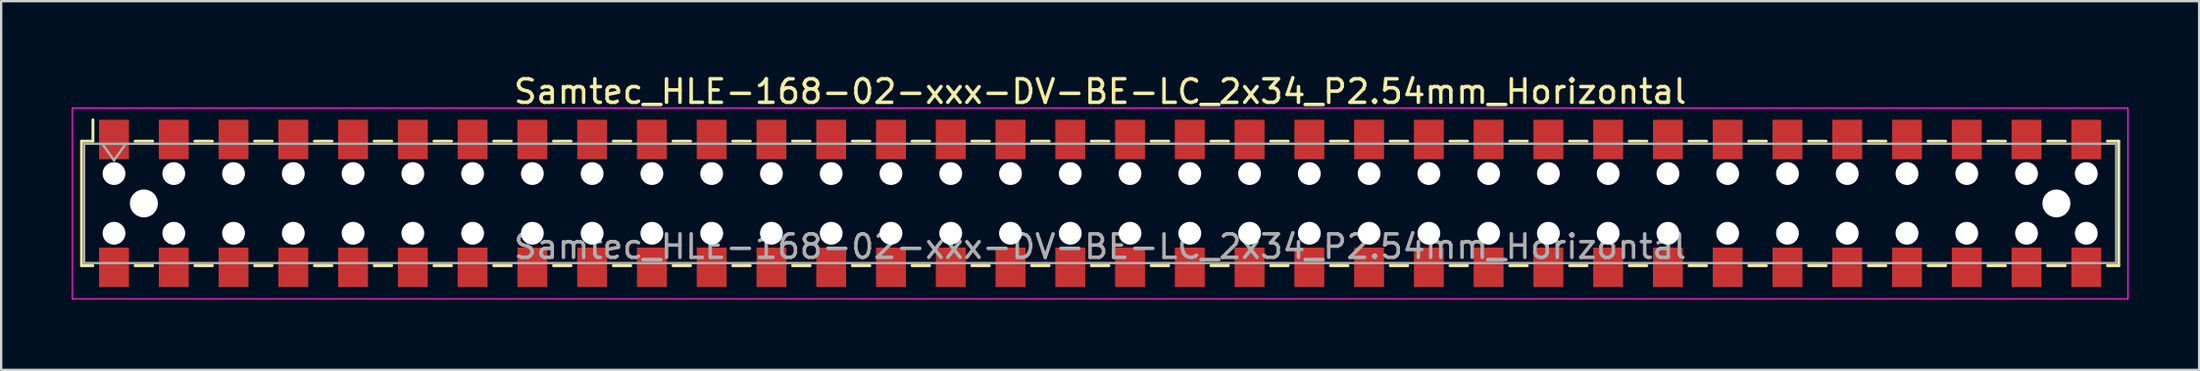
<source format=kicad_pcb>
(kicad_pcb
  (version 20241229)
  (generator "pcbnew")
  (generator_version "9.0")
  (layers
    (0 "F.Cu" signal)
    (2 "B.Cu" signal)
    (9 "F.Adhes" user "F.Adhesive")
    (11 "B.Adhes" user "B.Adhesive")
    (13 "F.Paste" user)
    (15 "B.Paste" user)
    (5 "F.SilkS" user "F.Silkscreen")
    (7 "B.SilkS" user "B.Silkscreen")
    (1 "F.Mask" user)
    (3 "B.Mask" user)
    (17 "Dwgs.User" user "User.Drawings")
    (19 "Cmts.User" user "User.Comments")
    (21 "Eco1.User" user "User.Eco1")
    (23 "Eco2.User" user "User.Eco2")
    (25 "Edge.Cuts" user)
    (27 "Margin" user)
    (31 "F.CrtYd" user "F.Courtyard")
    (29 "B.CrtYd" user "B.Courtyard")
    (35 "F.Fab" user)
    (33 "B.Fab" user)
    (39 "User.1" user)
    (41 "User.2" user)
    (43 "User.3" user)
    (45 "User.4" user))
  (footprint "Samtec_HLE-168-02-xxx-DV-BE-LC_2x34_P2.54mm_Horizontal"
    (layer "F.Cu")
    (at 43.705 5.608)
    (property "Reference" "Samtec_HLE-168-02-xxx-DV-BE-LC_2x34_P2.54mm_Horizontal" (at 0 -4.76 0) (layer "F.SilkS") (effects (font (size 1 1) (thickness 0.15))))
    (attr smd)
    (fp_line (start -43.29 -2.65) (end -43.29 2.65) (stroke (width 0.12) (type solid)) (layer "F.SilkS"))
    (fp_line (start -43.29 2.65) (end -42.805 2.65) (stroke (width 0.12) (type solid)) (layer "F.SilkS"))
    (fp_line (start -42.805 -3.56) (end -42.805 -2.65) (stroke (width 0.12) (type solid)) (layer "F.SilkS"))
    (fp_line (start -42.805 -2.65) (end -43.29 -2.65) (stroke (width 0.12) (type solid)) (layer "F.SilkS"))
    (fp_line (start -41.015 -2.65) (end -40.265 -2.65) (stroke (width 0.12) (type solid)) (layer "F.SilkS"))
    (fp_line (start -41.015 2.65) (end -40.265 2.65) (stroke (width 0.12) (type solid)) (layer "F.SilkS"))
    (fp_line (start -38.475 -2.65) (end -37.725 -2.65) (stroke (width 0.12) (type solid)) (layer "F.SilkS"))
    (fp_line (start -38.475 2.65) (end -37.725 2.65) (stroke (width 0.12) (type solid)) (layer "F.SilkS"))
    (fp_line (start -35.935 -2.65) (end -35.185 -2.65) (stroke (width 0.12) (type solid)) (layer "F.SilkS"))
    (fp_line (start -35.935 2.65) (end -35.185 2.65) (stroke (width 0.12) (type solid)) (layer "F.SilkS"))
    (fp_line (start -33.395 -2.65) (end -32.645 -2.65) (stroke (width 0.12) (type solid)) (layer "F.SilkS"))
    (fp_line (start -33.395 2.65) (end -32.645 2.65) (stroke (width 0.12) (type solid)) (layer "F.SilkS"))
    (fp_line (start -30.855 -2.65) (end -30.105 -2.65) (stroke (width 0.12) (type solid)) (layer "F.SilkS"))
    (fp_line (start -30.855 2.65) (end -30.105 2.65) (stroke (width 0.12) (type solid)) (layer "F.SilkS"))
    (fp_line (start -28.315 -2.65) (end -27.565 -2.65) (stroke (width 0.12) (type solid)) (layer "F.SilkS"))
    (fp_line (start -28.315 2.65) (end -27.565 2.65) (stroke (width 0.12) (type solid)) (layer "F.SilkS"))
    (fp_line (start -25.775 -2.65) (end -25.025 -2.65) (stroke (width 0.12) (type solid)) (layer "F.SilkS"))
    (fp_line (start -25.775 2.65) (end -25.025 2.65) (stroke (width 0.12) (type solid)) (layer "F.SilkS"))
    (fp_line (start -23.235 -2.65) (end -22.485 -2.65) (stroke (width 0.12) (type solid)) (layer "F.SilkS"))
    (fp_line (start -23.235 2.65) (end -22.485 2.65) (stroke (width 0.12) (type solid)) (layer "F.SilkS"))
    (fp_line (start -20.695 -2.65) (end -19.945 -2.65) (stroke (width 0.12) (type solid)) (layer "F.SilkS"))
    (fp_line (start -20.695 2.65) (end -19.945 2.65) (stroke (width 0.12) (type solid)) (layer "F.SilkS"))
    (fp_line (start -18.155 -2.65) (end -17.405 -2.65) (stroke (width 0.12) (type solid)) (layer "F.SilkS"))
    (fp_line (start -18.155 2.65) (end -17.405 2.65) (stroke (width 0.12) (type solid)) (layer "F.SilkS"))
    (fp_line (start -15.615 -2.65) (end -14.865 -2.65) (stroke (width 0.12) (type solid)) (layer "F.SilkS"))
    (fp_line (start -15.615 2.65) (end -14.865 2.65) (stroke (width 0.12) (type solid)) (layer "F.SilkS"))
    (fp_line (start -13.075 -2.65) (end -12.325 -2.65) (stroke (width 0.12) (type solid)) (layer "F.SilkS"))
    (fp_line (start -13.075 2.65) (end -12.325 2.65) (stroke (width 0.12) (type solid)) (layer "F.SilkS"))
    (fp_line (start -10.535 -2.65) (end -9.785 -2.65) (stroke (width 0.12) (type solid)) (layer "F.SilkS"))
    (fp_line (start -10.535 2.65) (end -9.785 2.65) (stroke (width 0.12) (type solid)) (layer "F.SilkS"))
    (fp_line (start -7.995 -2.65) (end -7.245 -2.65) (stroke (width 0.12) (type solid)) (layer "F.SilkS"))
    (fp_line (start -7.995 2.65) (end -7.245 2.65) (stroke (width 0.12) (type solid)) (layer "F.SilkS"))
    (fp_line (start -5.455 -2.65) (end -4.705 -2.65) (stroke (width 0.12) (type solid)) (layer "F.SilkS"))
    (fp_line (start -5.455 2.65) (end -4.705 2.65) (stroke (width 0.12) (type solid)) (layer "F.SilkS"))
    (fp_line (start -2.915 -2.65) (end -2.165 -2.65) (stroke (width 0.12) (type solid)) (layer "F.SilkS"))
    (fp_line (start -2.915 2.65) (end -2.165 2.65) (stroke (width 0.12) (type solid)) (layer "F.SilkS"))
    (fp_line (start -0.375 -2.65) (end 0.375 -2.65) (stroke (width 0.12) (type solid)) (layer "F.SilkS"))
    (fp_line (start -0.375 2.65) (end 0.375 2.65) (stroke (width 0.12) (type solid)) (layer "F.SilkS"))
    (fp_line (start 2.165 -2.65) (end 2.915 -2.65) (stroke (width 0.12) (type solid)) (layer "F.SilkS"))
    (fp_line (start 2.165 2.65) (end 2.915 2.65) (stroke (width 0.12) (type solid)) (layer "F.SilkS"))
    (fp_line (start 4.705 -2.65) (end 5.455 -2.65) (stroke (width 0.12) (type solid)) (layer "F.SilkS"))
    (fp_line (start 4.705 2.65) (end 5.455 2.65) (stroke (width 0.12) (type solid)) (layer "F.SilkS"))
    (fp_line (start 7.245 -2.65) (end 7.995 -2.65) (stroke (width 0.12) (type solid)) (layer "F.SilkS"))
    (fp_line (start 7.245 2.65) (end 7.995 2.65) (stroke (width 0.12) (type solid)) (layer "F.SilkS"))
    (fp_line (start 9.785 -2.65) (end 10.535 -2.65) (stroke (width 0.12) (type solid)) (layer "F.SilkS"))
    (fp_line (start 9.785 2.65) (end 10.535 2.65) (stroke (width 0.12) (type solid)) (layer "F.SilkS"))
    (fp_line (start 12.325 -2.65) (end 13.075 -2.65) (stroke (width 0.12) (type solid)) (layer "F.SilkS"))
    (fp_line (start 12.325 2.65) (end 13.075 2.65) (stroke (width 0.12) (type solid)) (layer "F.SilkS"))
    (fp_line (start 14.865 -2.65) (end 15.615 -2.65) (stroke (width 0.12) (type solid)) (layer "F.SilkS"))
    (fp_line (start 14.865 2.65) (end 15.615 2.65) (stroke (width 0.12) (type solid)) (layer "F.SilkS"))
    (fp_line (start 17.405 -2.65) (end 18.155 -2.65) (stroke (width 0.12) (type solid)) (layer "F.SilkS"))
    (fp_line (start 17.405 2.65) (end 18.155 2.65) (stroke (width 0.12) (type solid)) (layer "F.SilkS"))
    (fp_line (start 19.945 -2.65) (end 20.695 -2.65) (stroke (width 0.12) (type solid)) (layer "F.SilkS"))
    (fp_line (start 19.945 2.65) (end 20.695 2.65) (stroke (width 0.12) (type solid)) (layer "F.SilkS"))
    (fp_line (start 22.485 -2.65) (end 23.235 -2.65) (stroke (width 0.12) (type solid)) (layer "F.SilkS"))
    (fp_line (start 22.485 2.65) (end 23.235 2.65) (stroke (width 0.12) (type solid)) (layer "F.SilkS"))
    (fp_line (start 25.025 -2.65) (end 25.775 -2.65) (stroke (width 0.12) (type solid)) (layer "F.SilkS"))
    (fp_line (start 25.025 2.65) (end 25.775 2.65) (stroke (width 0.12) (type solid)) (layer "F.SilkS"))
    (fp_line (start 27.565 -2.65) (end 28.315 -2.65) (stroke (width 0.12) (type solid)) (layer "F.SilkS"))
    (fp_line (start 27.565 2.65) (end 28.315 2.65) (stroke (width 0.12) (type solid)) (layer "F.SilkS"))
    (fp_line (start 30.105 -2.65) (end 30.855 -2.65) (stroke (width 0.12) (type solid)) (layer "F.SilkS"))
    (fp_line (start 30.105 2.65) (end 30.855 2.65) (stroke (width 0.12) (type solid)) (layer "F.SilkS"))
    (fp_line (start 32.645 -2.65) (end 33.395 -2.65) (stroke (width 0.12) (type solid)) (layer "F.SilkS"))
    (fp_line (start 32.645 2.65) (end 33.395 2.65) (stroke (width 0.12) (type solid)) (layer "F.SilkS"))
    (fp_line (start 35.185 -2.65) (end 35.935 -2.65) (stroke (width 0.12) (type solid)) (layer "F.SilkS"))
    (fp_line (start 35.185 2.65) (end 35.935 2.65) (stroke (width 0.12) (type solid)) (layer "F.SilkS"))
    (fp_line (start 37.725 -2.65) (end 38.475 -2.65) (stroke (width 0.12) (type solid)) (layer "F.SilkS"))
    (fp_line (start 37.725 2.65) (end 38.475 2.65) (stroke (width 0.12) (type solid)) (layer "F.SilkS"))
    (fp_line (start 40.265 -2.65) (end 41.015 -2.65) (stroke (width 0.12) (type solid)) (layer "F.SilkS"))
    (fp_line (start 40.265 2.65) (end 41.015 2.65) (stroke (width 0.12) (type solid)) (layer "F.SilkS"))
    (fp_line (start 42.805 -2.65) (end 43.29 -2.65) (stroke (width 0.12) (type solid)) (layer "F.SilkS"))
    (fp_line (start 43.29 -2.65) (end 43.29 2.65) (stroke (width 0.12) (type solid)) (layer "F.SilkS"))
    (fp_line (start 43.29 2.65) (end 42.805 2.65) (stroke (width 0.12) (type solid)) (layer "F.SilkS"))
    (fp_line (start -43.68 -4.06) (end 43.68 -4.06) (stroke (width 0.05) (type solid)) (layer "F.CrtYd"))
    (fp_line (start -43.68 4.06) (end -43.68 -4.06) (stroke (width 0.05) (type solid)) (layer "F.CrtYd"))
    (fp_line (start 43.68 -4.06) (end 43.68 4.06) (stroke (width 0.05) (type solid)) (layer "F.CrtYd"))
    (fp_line (start 43.68 4.06) (end -43.68 4.06) (stroke (width 0.05) (type solid)) (layer "F.CrtYd"))
    (fp_line (start -43.18 -2.54) (end 43.18 -2.54) (stroke (width 0.1) (type solid)) (layer "F.Fab"))
    (fp_line (start -43.18 2.54) (end -43.18 -2.54) (stroke (width 0.1) (type solid)) (layer "F.Fab"))
    (fp_line (start -42.41 -2.54) (end -41.91 -1.833) (stroke (width 0.1) (type solid)) (layer "F.Fab"))
    (fp_line (start -41.91 -1.833) (end -41.41 -2.54) (stroke (width 0.1) (type solid)) (layer "F.Fab"))
    (fp_line (start 43.18 -2.54) (end 43.18 2.54) (stroke (width 0.1) (type solid)) (layer "F.Fab"))
    (fp_line (start 43.18 2.54) (end -43.18 2.54) (stroke (width 0.1) (type solid)) (layer "F.Fab"))
    (fp_text user "${REFERENCE}" (at 0 1.84 0) (layer "F.Fab") (effects (font (size 1 1) (thickness 0.15))))
    (pad "" np_thru_hole circle (at -41.91 -1.27) (size 0.97 0.97) (drill 0.97) (layers "*.Cu" "*.Mask"))
    (pad "" np_thru_hole circle (at -41.91 1.27) (size 0.97 0.97) (drill 0.97) (layers "*.Cu" "*.Mask"))
    (pad "" np_thru_hole circle (at -40.64 0) (size 1.19 1.19) (drill 1.19) (layers "*.Cu" "*.Mask"))
    (pad "" np_thru_hole circle (at -39.37 -1.27) (size 0.97 0.97) (drill 0.97) (layers "*.Cu" "*.Mask"))
    (pad "" np_thru_hole circle (at -39.37 1.27) (size 0.97 0.97) (drill 0.97) (layers "*.Cu" "*.Mask"))
    (pad "" np_thru_hole circle (at -36.83 -1.27) (size 0.97 0.97) (drill 0.97) (layers "*.Cu" "*.Mask"))
    (pad "" np_thru_hole circle (at -36.83 1.27) (size 0.97 0.97) (drill 0.97) (layers "*.Cu" "*.Mask"))
    (pad "" np_thru_hole circle (at -34.29 -1.27) (size 0.97 0.97) (drill 0.97) (layers "*.Cu" "*.Mask"))
    (pad "" np_thru_hole circle (at -34.29 1.27) (size 0.97 0.97) (drill 0.97) (layers "*.Cu" "*.Mask"))
    (pad "" np_thru_hole circle (at -31.75 -1.27) (size 0.97 0.97) (drill 0.97) (layers "*.Cu" "*.Mask"))
    (pad "" np_thru_hole circle (at -31.75 1.27) (size 0.97 0.97) (drill 0.97) (layers "*.Cu" "*.Mask"))
    (pad "" np_thru_hole circle (at -29.21 -1.27) (size 0.97 0.97) (drill 0.97) (layers "*.Cu" "*.Mask"))
    (pad "" np_thru_hole circle (at -29.21 1.27) (size 0.97 0.97) (drill 0.97) (layers "*.Cu" "*.Mask"))
    (pad "" np_thru_hole circle (at -26.67 -1.27) (size 0.97 0.97) (drill 0.97) (layers "*.Cu" "*.Mask"))
    (pad "" np_thru_hole circle (at -26.67 1.27) (size 0.97 0.97) (drill 0.97) (layers "*.Cu" "*.Mask"))
    (pad "" np_thru_hole circle (at -24.13 -1.27) (size 0.97 0.97) (drill 0.97) (layers "*.Cu" "*.Mask"))
    (pad "" np_thru_hole circle (at -24.13 1.27) (size 0.97 0.97) (drill 0.97) (layers "*.Cu" "*.Mask"))
    (pad "" np_thru_hole circle (at -21.59 -1.27) (size 0.97 0.97) (drill 0.97) (layers "*.Cu" "*.Mask"))
    (pad "" np_thru_hole circle (at -21.59 1.27) (size 0.97 0.97) (drill 0.97) (layers "*.Cu" "*.Mask"))
    (pad "" np_thru_hole circle (at -19.05 -1.27) (size 0.97 0.97) (drill 0.97) (layers "*.Cu" "*.Mask"))
    (pad "" np_thru_hole circle (at -19.05 1.27) (size 0.97 0.97) (drill 0.97) (layers "*.Cu" "*.Mask"))
    (pad "" np_thru_hole circle (at -16.51 -1.27) (size 0.97 0.97) (drill 0.97) (layers "*.Cu" "*.Mask"))
    (pad "" np_thru_hole circle (at -16.51 1.27) (size 0.97 0.97) (drill 0.97) (layers "*.Cu" "*.Mask"))
    (pad "" np_thru_hole circle (at -13.97 -1.27) (size 0.97 0.97) (drill 0.97) (layers "*.Cu" "*.Mask"))
    (pad "" np_thru_hole circle (at -13.97 1.27) (size 0.97 0.97) (drill 0.97) (layers "*.Cu" "*.Mask"))
    (pad "" np_thru_hole circle (at -11.43 -1.27) (size 0.97 0.97) (drill 0.97) (layers "*.Cu" "*.Mask"))
    (pad "" np_thru_hole circle (at -11.43 1.27) (size 0.97 0.97) (drill 0.97) (layers "*.Cu" "*.Mask"))
    (pad "" np_thru_hole circle (at -8.89 -1.27) (size 0.97 0.97) (drill 0.97) (layers "*.Cu" "*.Mask"))
    (pad "" np_thru_hole circle (at -8.89 1.27) (size 0.97 0.97) (drill 0.97) (layers "*.Cu" "*.Mask"))
    (pad "" np_thru_hole circle (at -6.35 -1.27) (size 0.97 0.97) (drill 0.97) (layers "*.Cu" "*.Mask"))
    (pad "" np_thru_hole circle (at -6.35 1.27) (size 0.97 0.97) (drill 0.97) (layers "*.Cu" "*.Mask"))
    (pad "" np_thru_hole circle (at -3.81 -1.27) (size 0.97 0.97) (drill 0.97) (layers "*.Cu" "*.Mask"))
    (pad "" np_thru_hole circle (at -3.81 1.27) (size 0.97 0.97) (drill 0.97) (layers "*.Cu" "*.Mask"))
    (pad "" np_thru_hole circle (at -1.27 -1.27) (size 0.97 0.97) (drill 0.97) (layers "*.Cu" "*.Mask"))
    (pad "" np_thru_hole circle (at -1.27 1.27) (size 0.97 0.97) (drill 0.97) (layers "*.Cu" "*.Mask"))
    (pad "" np_thru_hole circle (at 1.27 -1.27) (size 0.97 0.97) (drill 0.97) (layers "*.Cu" "*.Mask"))
    (pad "" np_thru_hole circle (at 1.27 1.27) (size 0.97 0.97) (drill 0.97) (layers "*.Cu" "*.Mask"))
    (pad "" np_thru_hole circle (at 3.81 -1.27) (size 0.97 0.97) (drill 0.97) (layers "*.Cu" "*.Mask"))
    (pad "" np_thru_hole circle (at 3.81 1.27) (size 0.97 0.97) (drill 0.97) (layers "*.Cu" "*.Mask"))
    (pad "" np_thru_hole circle (at 6.35 -1.27) (size 0.97 0.97) (drill 0.97) (layers "*.Cu" "*.Mask"))
    (pad "" np_thru_hole circle (at 6.35 1.27) (size 0.97 0.97) (drill 0.97) (layers "*.Cu" "*.Mask"))
    (pad "" np_thru_hole circle (at 8.89 -1.27) (size 0.97 0.97) (drill 0.97) (layers "*.Cu" "*.Mask"))
    (pad "" np_thru_hole circle (at 8.89 1.27) (size 0.97 0.97) (drill 0.97) (layers "*.Cu" "*.Mask"))
    (pad "" np_thru_hole circle (at 11.43 -1.27) (size 0.97 0.97) (drill 0.97) (layers "*.Cu" "*.Mask"))
    (pad "" np_thru_hole circle (at 11.43 1.27) (size 0.97 0.97) (drill 0.97) (layers "*.Cu" "*.Mask"))
    (pad "" np_thru_hole circle (at 13.97 -1.27) (size 0.97 0.97) (drill 0.97) (layers "*.Cu" "*.Mask"))
    (pad "" np_thru_hole circle (at 13.97 1.27) (size 0.97 0.97) (drill 0.97) (layers "*.Cu" "*.Mask"))
    (pad "" np_thru_hole circle (at 16.51 -1.27) (size 0.97 0.97) (drill 0.97) (layers "*.Cu" "*.Mask"))
    (pad "" np_thru_hole circle (at 16.51 1.27) (size 0.97 0.97) (drill 0.97) (layers "*.Cu" "*.Mask"))
    (pad "" np_thru_hole circle (at 19.05 -1.27) (size 0.97 0.97) (drill 0.97) (layers "*.Cu" "*.Mask"))
    (pad "" np_thru_hole circle (at 19.05 1.27) (size 0.97 0.97) (drill 0.97) (layers "*.Cu" "*.Mask"))
    (pad "" np_thru_hole circle (at 21.59 -1.27) (size 0.97 0.97) (drill 0.97) (layers "*.Cu" "*.Mask"))
    (pad "" np_thru_hole circle (at 21.59 1.27) (size 0.97 0.97) (drill 0.97) (layers "*.Cu" "*.Mask"))
    (pad "" np_thru_hole circle (at 24.13 -1.27) (size 0.97 0.97) (drill 0.97) (layers "*.Cu" "*.Mask"))
    (pad "" np_thru_hole circle (at 24.13 1.27) (size 0.97 0.97) (drill 0.97) (layers "*.Cu" "*.Mask"))
    (pad "" np_thru_hole circle (at 26.67 -1.27) (size 0.97 0.97) (drill 0.97) (layers "*.Cu" "*.Mask"))
    (pad "" np_thru_hole circle (at 26.67 1.27) (size 0.97 0.97) (drill 0.97) (layers "*.Cu" "*.Mask"))
    (pad "" np_thru_hole circle (at 29.21 -1.27) (size 0.97 0.97) (drill 0.97) (layers "*.Cu" "*.Mask"))
    (pad "" np_thru_hole circle (at 29.21 1.27) (size 0.97 0.97) (drill 0.97) (layers "*.Cu" "*.Mask"))
    (pad "" np_thru_hole circle (at 31.75 -1.27) (size 0.97 0.97) (drill 0.97) (layers "*.Cu" "*.Mask"))
    (pad "" np_thru_hole circle (at 31.75 1.27) (size 0.97 0.97) (drill 0.97) (layers "*.Cu" "*.Mask"))
    (pad "" np_thru_hole circle (at 34.29 -1.27) (size 0.97 0.97) (drill 0.97) (layers "*.Cu" "*.Mask"))
    (pad "" np_thru_hole circle (at 34.29 1.27) (size 0.97 0.97) (drill 0.97) (layers "*.Cu" "*.Mask"))
    (pad "" np_thru_hole circle (at 36.83 -1.27) (size 0.97 0.97) (drill 0.97) (layers "*.Cu" "*.Mask"))
    (pad "" np_thru_hole circle (at 36.83 1.27) (size 0.97 0.97) (drill 0.97) (layers "*.Cu" "*.Mask"))
    (pad "" np_thru_hole circle (at 39.37 -1.27) (size 0.97 0.97) (drill 0.97) (layers "*.Cu" "*.Mask"))
    (pad "" np_thru_hole circle (at 39.37 1.27) (size 0.97 0.97) (drill 0.97) (layers "*.Cu" "*.Mask"))
    (pad "" np_thru_hole circle (at 40.64 0) (size 1.19 1.19) (drill 1.19) (layers "*.Cu" "*.Mask"))
    (pad "" np_thru_hole circle (at 41.91 -1.27) (size 0.97 0.97) (drill 0.97) (layers "*.Cu" "*.Mask"))
    (pad "" np_thru_hole circle (at 41.91 1.27) (size 0.97 0.97) (drill 0.97) (layers "*.Cu" "*.Mask"))
    (pad "1" smd rect (at -41.91 -2.72) (size 1.27 1.68) (layers "F.Cu" "F.Mask" "F.Paste"))
    (pad "2" smd rect (at -41.91 2.72) (size 1.27 1.68) (layers "F.Cu" "F.Mask" "F.Paste"))
    (pad "3" smd rect (at -39.37 -2.72) (size 1.27 1.68) (layers "F.Cu" "F.Mask" "F.Paste"))
    (pad "4" smd rect (at -39.37 2.72) (size 1.27 1.68) (layers "F.Cu" "F.Mask" "F.Paste"))
    (pad "5" smd rect (at -36.83 -2.72) (size 1.27 1.68) (layers "F.Cu" "F.Mask" "F.Paste"))
    (pad "6" smd rect (at -36.83 2.72) (size 1.27 1.68) (layers "F.Cu" "F.Mask" "F.Paste"))
    (pad "7" smd rect (at -34.29 -2.72) (size 1.27 1.68) (layers "F.Cu" "F.Mask" "F.Paste"))
    (pad "8" smd rect (at -34.29 2.72) (size 1.27 1.68) (layers "F.Cu" "F.Mask" "F.Paste"))
    (pad "9" smd rect (at -31.75 -2.72) (size 1.27 1.68) (layers "F.Cu" "F.Mask" "F.Paste"))
    (pad "10" smd rect (at -31.75 2.72) (size 1.27 1.68) (layers "F.Cu" "F.Mask" "F.Paste"))
    (pad "11" smd rect (at -29.21 -2.72) (size 1.27 1.68) (layers "F.Cu" "F.Mask" "F.Paste"))
    (pad "12" smd rect (at -29.21 2.72) (size 1.27 1.68) (layers "F.Cu" "F.Mask" "F.Paste"))
    (pad "13" smd rect (at -26.67 -2.72) (size 1.27 1.68) (layers "F.Cu" "F.Mask" "F.Paste"))
    (pad "14" smd rect (at -26.67 2.72) (size 1.27 1.68) (layers "F.Cu" "F.Mask" "F.Paste"))
    (pad "15" smd rect (at -24.13 -2.72) (size 1.27 1.68) (layers "F.Cu" "F.Mask" "F.Paste"))
    (pad "16" smd rect (at -24.13 2.72) (size 1.27 1.68) (layers "F.Cu" "F.Mask" "F.Paste"))
    (pad "17" smd rect (at -21.59 -2.72) (size 1.27 1.68) (layers "F.Cu" "F.Mask" "F.Paste"))
    (pad "18" smd rect (at -21.59 2.72) (size 1.27 1.68) (layers "F.Cu" "F.Mask" "F.Paste"))
    (pad "19" smd rect (at -19.05 -2.72) (size 1.27 1.68) (layers "F.Cu" "F.Mask" "F.Paste"))
    (pad "20" smd rect (at -19.05 2.72) (size 1.27 1.68) (layers "F.Cu" "F.Mask" "F.Paste"))
    (pad "21" smd rect (at -16.51 -2.72) (size 1.27 1.68) (layers "F.Cu" "F.Mask" "F.Paste"))
    (pad "22" smd rect (at -16.51 2.72) (size 1.27 1.68) (layers "F.Cu" "F.Mask" "F.Paste"))
    (pad "23" smd rect (at -13.97 -2.72) (size 1.27 1.68) (layers "F.Cu" "F.Mask" "F.Paste"))
    (pad "24" smd rect (at -13.97 2.72) (size 1.27 1.68) (layers "F.Cu" "F.Mask" "F.Paste"))
    (pad "25" smd rect (at -11.43 -2.72) (size 1.27 1.68) (layers "F.Cu" "F.Mask" "F.Paste"))
    (pad "26" smd rect (at -11.43 2.72) (size 1.27 1.68) (layers "F.Cu" "F.Mask" "F.Paste"))
    (pad "27" smd rect (at -8.89 -2.72) (size 1.27 1.68) (layers "F.Cu" "F.Mask" "F.Paste"))
    (pad "28" smd rect (at -8.89 2.72) (size 1.27 1.68) (layers "F.Cu" "F.Mask" "F.Paste"))
    (pad "29" smd rect (at -6.35 -2.72) (size 1.27 1.68) (layers "F.Cu" "F.Mask" "F.Paste"))
    (pad "30" smd rect (at -6.35 2.72) (size 1.27 1.68) (layers "F.Cu" "F.Mask" "F.Paste"))
    (pad "31" smd rect (at -3.81 -2.72) (size 1.27 1.68) (layers "F.Cu" "F.Mask" "F.Paste"))
    (pad "32" smd rect (at -3.81 2.72) (size 1.27 1.68) (layers "F.Cu" "F.Mask" "F.Paste"))
    (pad "33" smd rect (at -1.27 -2.72) (size 1.27 1.68) (layers "F.Cu" "F.Mask" "F.Paste"))
    (pad "34" smd rect (at -1.27 2.72) (size 1.27 1.68) (layers "F.Cu" "F.Mask" "F.Paste"))
    (pad "35" smd rect (at 1.27 -2.72) (size 1.27 1.68) (layers "F.Cu" "F.Mask" "F.Paste"))
    (pad "36" smd rect (at 1.27 2.72) (size 1.27 1.68) (layers "F.Cu" "F.Mask" "F.Paste"))
    (pad "37" smd rect (at 3.81 -2.72) (size 1.27 1.68) (layers "F.Cu" "F.Mask" "F.Paste"))
    (pad "38" smd rect (at 3.81 2.72) (size 1.27 1.68) (layers "F.Cu" "F.Mask" "F.Paste"))
    (pad "39" smd rect (at 6.35 -2.72) (size 1.27 1.68) (layers "F.Cu" "F.Mask" "F.Paste"))
    (pad "40" smd rect (at 6.35 2.72) (size 1.27 1.68) (layers "F.Cu" "F.Mask" "F.Paste"))
    (pad "41" smd rect (at 8.89 -2.72) (size 1.27 1.68) (layers "F.Cu" "F.Mask" "F.Paste"))
    (pad "42" smd rect (at 8.89 2.72) (size 1.27 1.68) (layers "F.Cu" "F.Mask" "F.Paste"))
    (pad "43" smd rect (at 11.43 -2.72) (size 1.27 1.68) (layers "F.Cu" "F.Mask" "F.Paste"))
    (pad "44" smd rect (at 11.43 2.72) (size 1.27 1.68) (layers "F.Cu" "F.Mask" "F.Paste"))
    (pad "45" smd rect (at 13.97 -2.72) (size 1.27 1.68) (layers "F.Cu" "F.Mask" "F.Paste"))
    (pad "46" smd rect (at 13.97 2.72) (size 1.27 1.68) (layers "F.Cu" "F.Mask" "F.Paste"))
    (pad "47" smd rect (at 16.51 -2.72) (size 1.27 1.68) (layers "F.Cu" "F.Mask" "F.Paste"))
    (pad "48" smd rect (at 16.51 2.72) (size 1.27 1.68) (layers "F.Cu" "F.Mask" "F.Paste"))
    (pad "49" smd rect (at 19.05 -2.72) (size 1.27 1.68) (layers "F.Cu" "F.Mask" "F.Paste"))
    (pad "50" smd rect (at 19.05 2.72) (size 1.27 1.68) (layers "F.Cu" "F.Mask" "F.Paste"))
    (pad "51" smd rect (at 21.59 -2.72) (size 1.27 1.68) (layers "F.Cu" "F.Mask" "F.Paste"))
    (pad "52" smd rect (at 21.59 2.72) (size 1.27 1.68) (layers "F.Cu" "F.Mask" "F.Paste"))
    (pad "53" smd rect (at 24.13 -2.72) (size 1.27 1.68) (layers "F.Cu" "F.Mask" "F.Paste"))
    (pad "54" smd rect (at 24.13 2.72) (size 1.27 1.68) (layers "F.Cu" "F.Mask" "F.Paste"))
    (pad "55" smd rect (at 26.67 -2.72) (size 1.27 1.68) (layers "F.Cu" "F.Mask" "F.Paste"))
    (pad "56" smd rect (at 26.67 2.72) (size 1.27 1.68) (layers "F.Cu" "F.Mask" "F.Paste"))
    (pad "57" smd rect (at 29.21 -2.72) (size 1.27 1.68) (layers "F.Cu" "F.Mask" "F.Paste"))
    (pad "58" smd rect (at 29.21 2.72) (size 1.27 1.68) (layers "F.Cu" "F.Mask" "F.Paste"))
    (pad "59" smd rect (at 31.75 -2.72) (size 1.27 1.68) (layers "F.Cu" "F.Mask" "F.Paste"))
    (pad "60" smd rect (at 31.75 2.72) (size 1.27 1.68) (layers "F.Cu" "F.Mask" "F.Paste"))
    (pad "61" smd rect (at 34.29 -2.72) (size 1.27 1.68) (layers "F.Cu" "F.Mask" "F.Paste"))
    (pad "62" smd rect (at 34.29 2.72) (size 1.27 1.68) (layers "F.Cu" "F.Mask" "F.Paste"))
    (pad "63" smd rect (at 36.83 -2.72) (size 1.27 1.68) (layers "F.Cu" "F.Mask" "F.Paste"))
    (pad "64" smd rect (at 36.83 2.72) (size 1.27 1.68) (layers "F.Cu" "F.Mask" "F.Paste"))
    (pad "65" smd rect (at 39.37 -2.72) (size 1.27 1.68) (layers "F.Cu" "F.Mask" "F.Paste"))
    (pad "66" smd rect (at 39.37 2.72) (size 1.27 1.68) (layers "F.Cu" "F.Mask" "F.Paste"))
    (pad "67" smd rect (at 41.91 -2.72) (size 1.27 1.68) (layers "F.Cu" "F.Mask" "F.Paste"))
    (pad "68" smd rect (at 41.91 2.72) (size 1.27 1.68) (layers "F.Cu" "F.Mask" "F.Paste")))
  (gr_rect
    (start -3 -3)
    (end 90.41 12.693)
    (stroke (width 0.1) (type default))
    (fill no)
    (layer "Edge.Cuts")))
</source>
